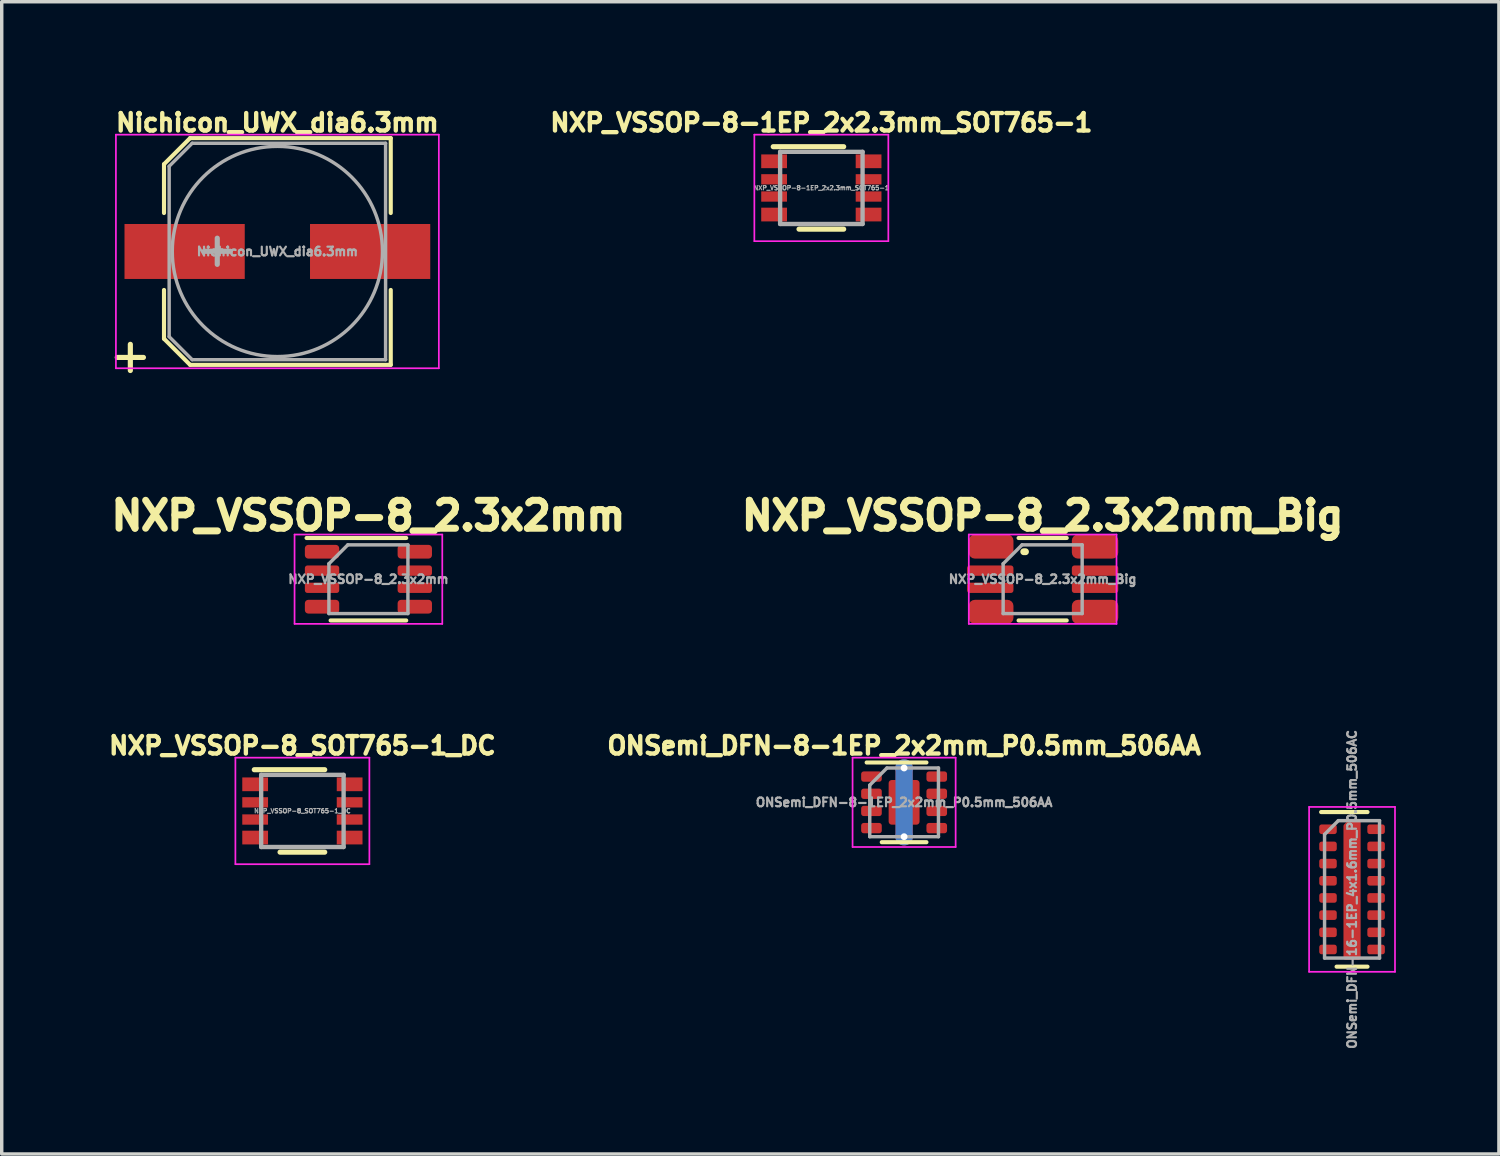
<source format=kicad_pcb>
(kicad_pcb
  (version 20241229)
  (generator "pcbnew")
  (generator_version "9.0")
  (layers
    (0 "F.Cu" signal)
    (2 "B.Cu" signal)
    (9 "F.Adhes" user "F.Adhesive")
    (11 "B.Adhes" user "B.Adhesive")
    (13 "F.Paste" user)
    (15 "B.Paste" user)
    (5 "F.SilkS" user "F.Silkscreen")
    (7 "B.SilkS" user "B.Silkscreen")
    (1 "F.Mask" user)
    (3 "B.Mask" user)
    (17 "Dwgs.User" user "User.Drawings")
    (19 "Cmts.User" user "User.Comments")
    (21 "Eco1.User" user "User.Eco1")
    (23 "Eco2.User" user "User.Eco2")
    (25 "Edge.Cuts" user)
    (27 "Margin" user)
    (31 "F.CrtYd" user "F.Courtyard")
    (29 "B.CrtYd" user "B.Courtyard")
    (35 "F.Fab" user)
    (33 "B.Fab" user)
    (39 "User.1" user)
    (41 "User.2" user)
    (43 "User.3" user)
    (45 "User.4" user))
  (footprint "ONSemi_DFN-16-1EP_4x1.6mm_P0.5mm_506AC"
    (layer "F.Cu")
    (at 36.306 22.838)
    (property "Reference" "ONSemi_DFN-16-1EP_4x1.6mm_P0.5mm_506AC" (at 0 0 90) (layer "F.Fab") (effects (font (size 0.254 0.254) (thickness 0.064))))
    (attr smd)
    (fp_line (start -0.9 -2.25) (end 0.45 -2.25) (stroke (width 0.12) (type solid)) (layer "F.SilkS"))
    (fp_line (start -0.45 2.25) (end 0.45 2.25) (stroke (width 0.12) (type solid)) (layer "F.SilkS"))
    (fp_line (start -1.25 -2.4) (end -1.25 2.4) (stroke (width 0.05) (type solid)) (layer "F.CrtYd"))
    (fp_line (start -1.25 -2.4) (end 1.25 -2.4) (stroke (width 0.05) (type solid)) (layer "F.CrtYd"))
    (fp_line (start -1.25 2.4) (end 1.25 2.4) (stroke (width 0.05) (type solid)) (layer "F.CrtYd"))
    (fp_line (start 1.25 -2.4) (end 1.25 2.4) (stroke (width 0.05) (type solid)) (layer "F.CrtYd"))
    (fp_line (start -0.8 -1.6) (end -0.4 -2) (stroke (width 0.1) (type solid)) (layer "F.Fab"))
    (fp_line (start -0.8 2) (end -0.8 -1.6) (stroke (width 0.1) (type solid)) (layer "F.Fab"))
    (fp_line (start -0.4 -2) (end 0.8 -2) (stroke (width 0.1) (type solid)) (layer "F.Fab"))
    (fp_line (start 0.8 -2) (end 0.8 2) (stroke (width 0.1) (type solid)) (layer "F.Fab"))
    (fp_line (start 0.8 2) (end -0.8 2) (stroke (width 0.1) (type solid)) (layer "F.Fab"))
    (pad "1" smd roundrect (at -0.7 -1.75) (size 0.51 0.28) (layers "F.Cu" "F.Mask" "F.Paste") (roundrect_rratio 0.25))
    (pad "2" smd roundrect (at -0.7 -1.25) (size 0.51 0.28) (layers "F.Cu" "F.Mask" "F.Paste") (roundrect_rratio 0.25))
    (pad "3" smd roundrect (at -0.7 -0.75) (size 0.51 0.28) (layers "F.Cu" "F.Mask" "F.Paste") (roundrect_rratio 0.25))
    (pad "4" smd roundrect (at -0.7 -0.25) (size 0.51 0.28) (layers "F.Cu" "F.Mask" "F.Paste") (roundrect_rratio 0.25))
    (pad "5" smd roundrect (at -0.7 0.25) (size 0.51 0.28) (layers "F.Cu" "F.Mask" "F.Paste") (roundrect_rratio 0.25))
    (pad "6" smd roundrect (at -0.7 0.75) (size 0.51 0.28) (layers "F.Cu" "F.Mask" "F.Paste") (roundrect_rratio 0.25))
    (pad "7" smd roundrect (at -0.7 1.25) (size 0.51 0.28) (layers "F.Cu" "F.Mask" "F.Paste") (roundrect_rratio 0.25))
    (pad "8" smd roundrect (at -0.7 1.75) (size 0.51 0.28) (layers "F.Cu" "F.Mask" "F.Paste") (roundrect_rratio 0.25))
    (pad "9" smd roundrect (at 0.7 1.75) (size 0.51 0.28) (layers "F.Cu" "F.Mask" "F.Paste") (roundrect_rratio 0.25))
    (pad "10" smd roundrect (at 0.7 1.25) (size 0.51 0.28) (layers "F.Cu" "F.Mask" "F.Paste") (roundrect_rratio 0.25))
    (pad "11" smd roundrect (at 0.7 0.75) (size 0.51 0.28) (layers "F.Cu" "F.Mask" "F.Paste") (roundrect_rratio 0.25))
    (pad "12" smd roundrect (at 0.7 0.25) (size 0.51 0.28) (layers "F.Cu" "F.Mask" "F.Paste") (roundrect_rratio 0.25))
    (pad "13" smd roundrect (at 0.7 -0.25) (size 0.51 0.28) (layers "F.Cu" "F.Mask" "F.Paste") (roundrect_rratio 0.25))
    (pad "14" smd roundrect (at 0.7 -0.75) (size 0.51 0.28) (layers "F.Cu" "F.Mask" "F.Paste") (roundrect_rratio 0.25))
    (pad "15" smd roundrect (at 0.7 -1.25) (size 0.51 0.28) (layers "F.Cu" "F.Mask" "F.Paste") (roundrect_rratio 0.25))
    (pad "16" smd roundrect (at 0.7 -1.75) (size 0.51 0.28) (layers "F.Cu" "F.Mask" "F.Paste") (roundrect_rratio 0.25))
    (pad "17" smd custom (at 0 0.1) (size 0.4 3.8) (layers "F.Cu" "F.Mask") (options (anchor rect)) (primitives (gr_poly (pts (xy 0.2 -1.95) (xy 0.2 -2.1) (xy -0.05 -2.1) (xy -0.2 -1.95)) (width 0.1) (fill yes)) (gr_poly (pts (xy 0.2 -1.95) (xy 0.2 1.9) (xy -0.2 1.9) (xy -0.2 -1.95)) (width 0.1) (fill yes)))))
  (footprint "ONSemi_DFN-8-1EP_2x2mm_P0.5mm_506AA"
    (layer "F.Cu")
    (at 23.267 20.305)
    (property "Reference" "ONSemi_DFN-8-1EP_2x2mm_P0.5mm_506AA" (at 0 -1.65 0) (layer "F.SilkS") (effects (font (size 0.508 0.508) (thickness 0.127))))
    (attr smd)
    (fp_line (start -1.09 -1.16) (end 0.65 -1.16) (stroke (width 0.12) (type solid)) (layer "F.SilkS"))
    (fp_line (start -0.65 1.16) (end 0.65 1.16) (stroke (width 0.12) (type solid)) (layer "F.SilkS"))
    (fp_line (start -1.5 -1.3) (end -1.5 1.3) (stroke (width 0.05) (type solid)) (layer "F.CrtYd"))
    (fp_line (start -1.5 -1.3) (end 1.5 -1.3) (stroke (width 0.05) (type solid)) (layer "F.CrtYd"))
    (fp_line (start -1.5 1.3) (end 1.5 1.3) (stroke (width 0.05) (type solid)) (layer "F.CrtYd"))
    (fp_line (start 1.5 -1.3) (end 1.5 1.3) (stroke (width 0.05) (type solid)) (layer "F.CrtYd"))
    (fp_line (start -1 -0.5) (end -0.5 -1) (stroke (width 0.1) (type solid)) (layer "F.Fab"))
    (fp_line (start -1 1) (end -1 -0.5) (stroke (width 0.1) (type solid)) (layer "F.Fab"))
    (fp_line (start -0.5 -1) (end 1 -1) (stroke (width 0.1) (type solid)) (layer "F.Fab"))
    (fp_line (start 1 -1) (end 1 1) (stroke (width 0.1) (type solid)) (layer "F.Fab"))
    (fp_line (start 1 1) (end -1 1) (stroke (width 0.1) (type solid)) (layer "F.Fab"))
    (fp_text user "${REFERENCE}" (at 0 0 0) (layer "F.Fab") (effects (font (size 0.254 0.254) (thickness 0.064))))
    (pad "" smd circle (at 0 -1) (size 0.251 0.251) (layers "F.Mask"))
    (pad "" smd circle (at 0 1) (size 0.251 0.251) (layers "F.Mask"))
    (pad "1" smd roundrect (at -0.95 -0.75) (size 0.6 0.3) (layers "F.Cu" "F.Mask" "F.Paste") (roundrect_rratio 0.25))
    (pad "2" smd roundrect (at -0.95 -0.25) (size 0.6 0.3) (layers "F.Cu" "F.Mask" "F.Paste") (roundrect_rratio 0.25))
    (pad "3" smd roundrect (at -0.95 0.25) (size 0.6 0.3) (layers "F.Cu" "F.Mask" "F.Paste") (roundrect_rratio 0.25))
    (pad "4" smd roundrect (at -0.95 0.75) (size 0.6 0.3) (layers "F.Cu" "F.Mask" "F.Paste") (roundrect_rratio 0.25))
    (pad "5" smd roundrect (at 0.95 0.75) (size 0.6 0.3) (layers "F.Cu" "F.Mask" "F.Paste") (roundrect_rratio 0.25))
    (pad "6" smd roundrect (at 0.95 0.25) (size 0.6 0.3) (layers "F.Cu" "F.Mask" "F.Paste") (roundrect_rratio 0.25))
    (pad "7" smd roundrect (at 0.95 -0.25) (size 0.6 0.3) (layers "F.Cu" "F.Mask" "F.Paste") (roundrect_rratio 0.25))
    (pad "8" smd roundrect (at 0.95 -0.75) (size 0.6 0.3) (layers "F.Cu" "F.Mask" "F.Paste") (roundrect_rratio 0.25))
    (pad "9" thru_hole circle (at 0 -1) (size 0.51 0.51) (drill 0.2) (layers "*.Cu" "B.Mask"))
    (pad "9" smd roundrect (at 0 -0.325) (size 0.8 0.55) (layers "F.Cu" "F.Paste") (roundrect_rratio 0.25))
    (pad "9" smd rect (at 0 0) (size 0.5 2) (layers "F.Cu"))
    (pad "9" smd rect (at 0 0) (size 0.5 2) (layers "B.Cu" "B.Mask"))
    (pad "9" smd roundrect (at 0 0) (size 0.9 1.3) (layers "F.Cu" "F.Mask") (roundrect_rratio 0.1))
    (pad "9" smd roundrect (at 0 0.325) (size 0.8 0.55) (layers "F.Cu" "F.Paste") (roundrect_rratio 0.25))
    (pad "9" thru_hole circle (at 0 1) (size 0.51 0.51) (drill 0.2) (layers "*.Cu" "B.Mask")))
  (footprint "NXP_VSSOP-8_2.3x2mm"
    (layer "F.Cu")
    (at 7.674 13.81)
    (property "Reference" "NXP_VSSOP-8_2.3x2mm" (at 0 0 0) (layer "F.Fab") (effects (font (size 0.254 0.254) (thickness 0.064))))
    (attr smd)
    (fp_line (start 1.1 -1.2) (end -1.8 -1.2) (stroke (width 0.12) (type solid)) (layer "F.SilkS"))
    (fp_line (start 1.1 1.2) (end -1.1 1.2) (stroke (width 0.12) (type solid)) (layer "F.SilkS"))
    (fp_line (start -2.15 -1.3) (end 2.15 -1.3) (stroke (width 0.05) (type solid)) (layer "F.CrtYd"))
    (fp_line (start -2.15 1.3) (end -2.15 -1.3) (stroke (width 0.05) (type solid)) (layer "F.CrtYd"))
    (fp_line (start 2.15 -1.3) (end 2.15 1.3) (stroke (width 0.05) (type solid)) (layer "F.CrtYd"))
    (fp_line (start 2.15 1.3) (end -2.15 1.3) (stroke (width 0.05) (type solid)) (layer "F.CrtYd"))
    (fp_line (start -1.15 1) (end -1.15 -0.45) (stroke (width 0.1) (type solid)) (layer "F.Fab"))
    (fp_line (start -0.6 -1) (end -1.15 -0.45) (stroke (width 0.1) (type solid)) (layer "F.Fab"))
    (fp_line (start -0.6 -1) (end 1.15 -1) (stroke (width 0.1) (type solid)) (layer "F.Fab"))
    (fp_line (start 1.15 -1) (end 1.15 1) (stroke (width 0.1) (type solid)) (layer "F.Fab"))
    (fp_line (start 1.15 1) (end -1.15 1) (stroke (width 0.1) (type solid)) (layer "F.Fab"))
    (fp_text user "${REFERENCE}" (at 0 -1.85 0) (layer "F.SilkS") (effects (font (size 0.813 0.813) (thickness 0.203))))
    (pad "1" smd roundrect (at -1.35 -0.8) (size 1 0.4) (layers "F.Cu" "F.Mask" "F.Paste") (roundrect_rratio 0.25))
    (pad "2" smd roundrect (at -1.35 -0.25) (size 1 0.3) (layers "F.Cu" "F.Mask" "F.Paste") (roundrect_rratio 0.25))
    (pad "3" smd roundrect (at -1.35 0.25) (size 1 0.3) (layers "F.Cu" "F.Mask" "F.Paste") (roundrect_rratio 0.25))
    (pad "4" smd roundrect (at -1.35 0.8) (size 1 0.4) (layers "F.Cu" "F.Mask" "F.Paste") (roundrect_rratio 0.25))
    (pad "5" smd roundrect (at 1.35 0.8 270) (size 0.4 1) (layers "F.Cu" "F.Mask" "F.Paste") (roundrect_rratio 0.25))
    (pad "6" smd roundrect (at 1.35 0.25) (size 1 0.3) (layers "F.Cu" "F.Mask" "F.Paste") (roundrect_rratio 0.25))
    (pad "7" smd roundrect (at 1.35 -0.25) (size 1 0.3) (layers "F.Cu" "F.Mask" "F.Paste") (roundrect_rratio 0.25))
    (pad "8" smd roundrect (at 1.35 -0.8) (size 1 0.4) (layers "F.Cu" "F.Mask" "F.Paste") (roundrect_rratio 0.25)))
  (footprint "NXP_VSSOP-8_SOT765-1_DC"
    (layer "F.Cu")
    (at 5.752 20.555)
    (property "Reference" "NXP_VSSOP-8_SOT765-1_DC" (at 0 -1.9 0) (layer "F.SilkS") (effects (font (size 0.508 0.508) (thickness 0.127))))
    (attr smd)
    (fp_line (start -1.4 -1.2) (end 0.65 -1.2) (stroke (width 0.15) (type solid)) (layer "F.SilkS"))
    (fp_line (start -0.65 1.2) (end 0.65 1.2) (stroke (width 0.15) (type solid)) (layer "F.SilkS"))
    (fp_line (start -1.95 -1.55) (end -1.95 1.55) (stroke (width 0.05) (type solid)) (layer "F.CrtYd"))
    (fp_line (start -1.95 -1.55) (end 1.95 -1.55) (stroke (width 0.05) (type solid)) (layer "F.CrtYd"))
    (fp_line (start -1.95 1.55) (end 1.95 1.55) (stroke (width 0.05) (type solid)) (layer "F.CrtYd"))
    (fp_line (start 1.95 -1.55) (end 1.95 1.55) (stroke (width 0.05) (type solid)) (layer "F.CrtYd"))
    (fp_line (start -1.2 -1.05) (end 1.2 -1.05) (stroke (width 0.127) (type solid)) (layer "F.Fab"))
    (fp_line (start -1.2 1.05) (end -1.2 -1.05) (stroke (width 0.127) (type solid)) (layer "F.Fab"))
    (fp_line (start 1.2 -1.05) (end 1.2 1.05) (stroke (width 0.127) (type solid)) (layer "F.Fab"))
    (fp_line (start 1.2 1.05) (end -1.2 1.05) (stroke (width 0.127) (type solid)) (layer "F.Fab"))
    (fp_text user "${REFERENCE}" (at 0 0 0) (layer "F.Fab") (effects (font (size 0.127 0.127) (thickness 0.032))))
    (pad "1" smd rect (at -1.375 -0.775) (size 0.75 0.4) (layers "F.Cu" "F.Mask" "F.Paste"))
    (pad "2" smd rect (at -1.375 -0.25) (size 0.75 0.3) (layers "F.Cu" "F.Mask" "F.Paste"))
    (pad "3" smd rect (at -1.375 0.25) (size 0.75 0.3) (layers "F.Cu" "F.Mask" "F.Paste"))
    (pad "4" smd rect (at -1.375 0.775) (size 0.75 0.4) (layers "F.Cu" "F.Mask" "F.Paste"))
    (pad "5" smd rect (at 1.375 0.775) (size 0.75 0.4) (layers "F.Cu" "F.Mask" "F.Paste"))
    (pad "6" smd rect (at 1.375 0.25) (size 0.75 0.3) (layers "F.Cu" "F.Mask" "F.Paste"))
    (pad "7" smd rect (at 1.375 -0.25) (size 0.75 0.3) (layers "F.Cu" "F.Mask" "F.Paste"))
    (pad "8" smd rect (at 1.375 -0.775) (size 0.75 0.4) (layers "F.Cu" "F.Mask" "F.Paste")))
  (footprint "NXP_VSSOP-8_2.3x2mm_Big"
    (layer "F.Cu")
    (at 27.3 13.81)
    (property "Reference" "NXP_VSSOP-8_2.3x2mm_Big" (at 0 0 0) (layer "F.Fab") (effects (font (size 0.254 0.254) (thickness 0.064))))
    (attr smd)
    (fp_line (start -0.5 -0.8) (end -0.55 -0.8) (stroke (width 0.2) (type solid)) (layer "F.SilkS"))
    (fp_line (start 0.7 -1.2) (end -0.7 -1.2) (stroke (width 0.12) (type solid)) (layer "F.SilkS"))
    (fp_line (start 0.7 1.2) (end -0.7 1.2) (stroke (width 0.12) (type solid)) (layer "F.SilkS"))
    (fp_line (start -2.15 -1.3) (end 2.15 -1.3) (stroke (width 0.05) (type solid)) (layer "F.CrtYd"))
    (fp_line (start -2.15 1.3) (end -2.15 -1.3) (stroke (width 0.05) (type solid)) (layer "F.CrtYd"))
    (fp_line (start 2.15 -1.3) (end 2.15 1.3) (stroke (width 0.05) (type solid)) (layer "F.CrtYd"))
    (fp_line (start 2.15 1.3) (end -2.15 1.3) (stroke (width 0.05) (type solid)) (layer "F.CrtYd"))
    (fp_line (start -1.15 1) (end -1.15 -0.45) (stroke (width 0.1) (type solid)) (layer "F.Fab"))
    (fp_line (start -0.6 -1) (end -1.15 -0.45) (stroke (width 0.1) (type solid)) (layer "F.Fab"))
    (fp_line (start -0.6 -1) (end 1.15 -1) (stroke (width 0.1) (type solid)) (layer "F.Fab"))
    (fp_line (start 1.15 -1) (end 1.15 1) (stroke (width 0.1) (type solid)) (layer "F.Fab"))
    (fp_line (start 1.15 1) (end -1.15 1) (stroke (width 0.1) (type solid)) (layer "F.Fab"))
    (fp_text user "${REFERENCE}" (at 0 -1.85 0) (layer "F.SilkS") (effects (font (size 0.813 0.813) (thickness 0.203))))
    (pad "1" smd roundrect (at -1.5 -0.95) (size 1.3 0.7) (layers "F.Cu" "F.Mask" "F.Paste") (roundrect_rratio 0.25))
    (pad "2" smd roundrect (at -1.525 -0.25) (size 1.35 0.3) (layers "F.Cu" "F.Mask" "F.Paste") (roundrect_rratio 0.25))
    (pad "3" smd roundrect (at -1.525 0.25) (size 1.35 0.3) (layers "F.Cu" "F.Mask" "F.Paste") (roundrect_rratio 0.25))
    (pad "4" smd roundrect (at -1.5 0.95) (size 1.3 0.7) (layers "F.Cu" "F.Mask" "F.Paste") (roundrect_rratio 0.25))
    (pad "5" smd roundrect (at 1.525 0.95 270) (size 0.7 1.35) (layers "F.Cu" "F.Mask" "F.Paste") (roundrect_rratio 0.25))
    (pad "6" smd roundrect (at 1.525 0.25) (size 1.35 0.3) (layers "F.Cu" "F.Mask" "F.Paste") (roundrect_rratio 0.25))
    (pad "7" smd roundrect (at 1.525 -0.25) (size 1.35 0.3) (layers "F.Cu" "F.Mask" "F.Paste") (roundrect_rratio 0.25))
    (pad "8" smd roundrect (at 1.525 -0.95) (size 1.35 0.7) (layers "F.Cu" "F.Mask" "F.Paste") (roundrect_rratio 0.25)))
  (footprint "NXP_VSSOP-8-1EP_2x2.3mm_SOT765-1"
    (layer "F.Cu")
    (at 20.858 2.42)
    (property "Reference" "NXP_VSSOP-8-1EP_2x2.3mm_SOT765-1" (at 0 -1.9 0) (layer "F.SilkS") (effects (font (size 0.508 0.508) (thickness 0.127))))
    (attr smd)
    (fp_line (start -1.4 -1.2) (end 0.65 -1.2) (stroke (width 0.15) (type solid)) (layer "F.SilkS"))
    (fp_line (start -0.65 1.2) (end 0.65 1.2) (stroke (width 0.15) (type solid)) (layer "F.SilkS"))
    (fp_line (start -1.95 -1.55) (end -1.95 1.55) (stroke (width 0.05) (type solid)) (layer "F.CrtYd"))
    (fp_line (start -1.95 -1.55) (end 1.95 -1.55) (stroke (width 0.05) (type solid)) (layer "F.CrtYd"))
    (fp_line (start -1.95 1.55) (end 1.95 1.55) (stroke (width 0.05) (type solid)) (layer "F.CrtYd"))
    (fp_line (start 1.95 -1.55) (end 1.95 1.55) (stroke (width 0.05) (type solid)) (layer "F.CrtYd"))
    (fp_line (start -1.2 -1.05) (end 1.2 -1.05) (stroke (width 0.127) (type solid)) (layer "F.Fab"))
    (fp_line (start -1.2 1.05) (end -1.2 -1.05) (stroke (width 0.127) (type solid)) (layer "F.Fab"))
    (fp_line (start 1.2 -1.05) (end 1.2 1.05) (stroke (width 0.127) (type solid)) (layer "F.Fab"))
    (fp_line (start 1.2 1.05) (end -1.2 1.05) (stroke (width 0.127) (type solid)) (layer "F.Fab"))
    (fp_text user "${REFERENCE}" (at 0 0 0) (layer "F.Fab") (effects (font (size 0.127 0.127) (thickness 0.032))))
    (pad "1" smd rect (at -1.375 -0.775) (size 0.75 0.4) (layers "F.Cu" "F.Mask" "F.Paste"))
    (pad "2" smd rect (at -1.375 -0.25) (size 0.75 0.3) (layers "F.Cu" "F.Mask" "F.Paste"))
    (pad "3" smd rect (at -1.375 0.25) (size 0.75 0.3) (layers "F.Cu" "F.Mask" "F.Paste"))
    (pad "4" smd rect (at -1.375 0.775) (size 0.75 0.4) (layers "F.Cu" "F.Mask" "F.Paste"))
    (pad "5" smd rect (at 1.375 0.775) (size 0.75 0.4) (layers "F.Cu" "F.Mask" "F.Paste"))
    (pad "6" smd rect (at 1.375 0.25) (size 0.75 0.3) (layers "F.Cu" "F.Mask" "F.Paste"))
    (pad "7" smd rect (at 1.375 -0.25) (size 0.75 0.3) (layers "F.Cu" "F.Mask" "F.Paste"))
    (pad "8" smd rect (at 1.375 -0.775) (size 0.75 0.4) (layers "F.Cu" "F.Mask" "F.Paste")))
  (footprint "Nichicon_UWX_dia6.3mm"
    (layer "F.Cu")
    (at 5.024 4.27)
    (property "Reference" "Nichicon_UWX_dia6.3mm" (at 0 -3.75 0) (layer "F.SilkS") (effects (font (size 0.508 0.508) (thickness 0.127))))
    (attr smd)
    (fp_line (start -3.3 -2.54) (end -3.3 -1.12) (stroke (width 0.12) (type solid)) (layer "F.SilkS"))
    (fp_line (start -3.3 -2.54) (end -2.54 -3.3) (stroke (width 0.12) (type solid)) (layer "F.SilkS"))
    (fp_line (start -3.3 2.54) (end -3.3 1.12) (stroke (width 0.12) (type solid)) (layer "F.SilkS"))
    (fp_line (start -2.54 -3.3) (end 3.3 -3.3) (stroke (width 0.12) (type solid)) (layer "F.SilkS"))
    (fp_line (start -2.54 3.3) (end -3.3 2.54) (stroke (width 0.12) (type solid)) (layer "F.SilkS"))
    (fp_line (start 3.3 -3.3) (end 3.3 -1.12) (stroke (width 0.12) (type solid)) (layer "F.SilkS"))
    (fp_line (start 3.3 3.3) (end -2.54 3.3) (stroke (width 0.12) (type solid)) (layer "F.SilkS"))
    (fp_line (start 3.3 3.3) (end 3.3 1.12) (stroke (width 0.12) (type solid)) (layer "F.SilkS"))
    (fp_line (start -4.7 -3.4) (end -4.7 3.4) (stroke (width 0.05) (type solid)) (layer "F.CrtYd"))
    (fp_line (start -4.7 -3.4) (end 4.7 -3.4) (stroke (width 0.05) (type solid)) (layer "F.CrtYd"))
    (fp_line (start 4.7 3.4) (end -4.7 3.4) (stroke (width 0.05) (type solid)) (layer "F.CrtYd"))
    (fp_line (start 4.7 3.4) (end 4.7 -3.4) (stroke (width 0.05) (type solid)) (layer "F.CrtYd"))
    (fp_line (start -3.15 -2.48) (end -3.15 2.48) (stroke (width 0.1) (type solid)) (layer "F.Fab"))
    (fp_line (start -3.15 2.48) (end -2.48 3.15) (stroke (width 0.1) (type solid)) (layer "F.Fab"))
    (fp_line (start -2.48 -3.15) (end -3.15 -2.48) (stroke (width 0.1) (type solid)) (layer "F.Fab"))
    (fp_line (start -2.48 3.15) (end 3.15 3.15) (stroke (width 0.1) (type solid)) (layer "F.Fab"))
    (fp_line (start 3.15 -3.15) (end -2.48 -3.15) (stroke (width 0.1) (type solid)) (layer "F.Fab"))
    (fp_line (start 3.15 3.15) (end 3.15 -3.15) (stroke (width 0.1) (type solid)) (layer "F.Fab"))
    (fp_circle (center 0 0) (end 0.6 3) (stroke (width 0.1) (type solid)) (fill no) (layer "F.Fab"))
    (fp_text user "+" (at -4.28 3.01 0) (layer "F.SilkS") (effects (font (size 1 1) (thickness 0.15))))
    (fp_text user "+" (at -1.75 -0.08 0) (layer "F.Fab") (effects (font (size 1 1) (thickness 0.15))))
    (fp_text user "${REFERENCE}" (at 0 0 0) (layer "F.Fab") (effects (font (size 0.254 0.254) (thickness 0.064))))
    (pad "1" smd rect (at -2.7 0 180) (size 3.5 1.6) (layers "F.Cu" "F.Mask" "F.Paste"))
    (pad "2" smd rect (at 2.7 0 180) (size 3.5 1.6) (layers "F.Cu" "F.Mask" "F.Paste")))
  (gr_rect
    (start -3 -3)
    (end 40.581 30.54)
    (stroke (width 0.1) (type default))
    (fill no)
    (layer "Edge.Cuts")))
</source>
